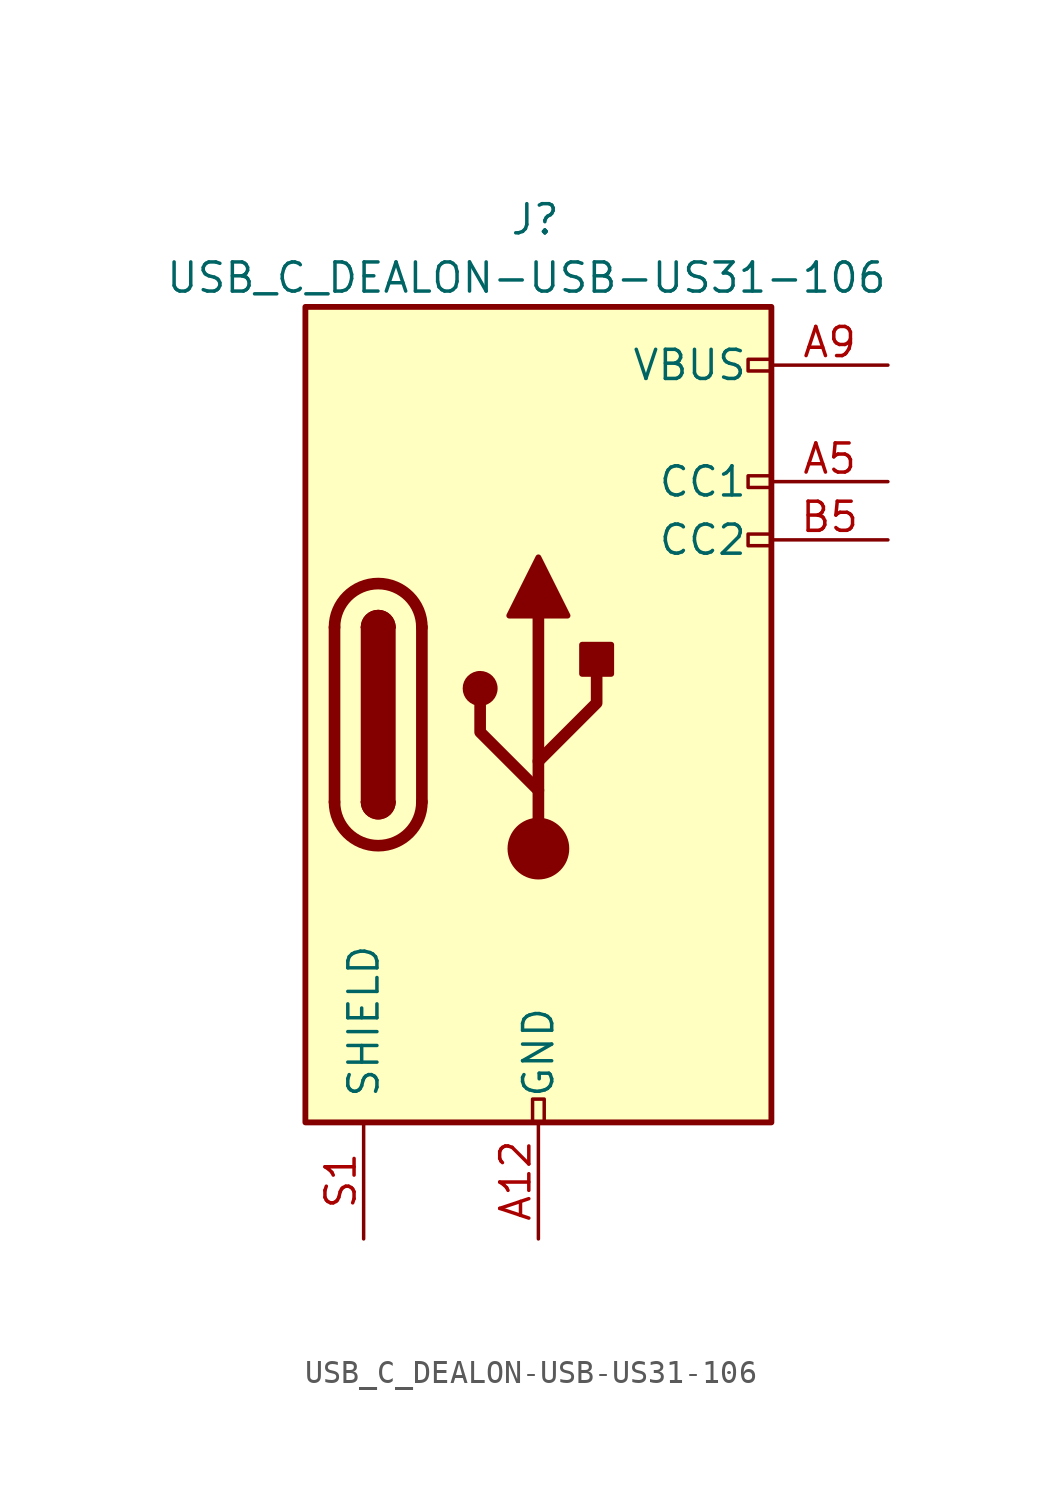
<source format=kicad_sym>
(kicad_symbol_lib
  (version 20220331)
  (generator kicad_symbol_editor)
  (symbol "USB_C_DEALON-USB-US31-106"
    (pin_names
      (offset 1.016))
    (property "Reference" "J"
      (at -1.27 21.59 0)
      (effects (font (size 1.27 1.27)) (justify left)))
    (property "Value" "USB_C_DEALON-USB-US31-106"
      (at 15.24 19.05 0)
      (effects (font (size 1.27 1.27)) (justify right)))
    (symbol "USB_C_DEALON-USB-US31-106_0_0"
      (rectangle (start -0.254 -17.78) (end 0.254 -16.764) (stroke (width 0) (type default)) (fill (type none)))
      (rectangle (start 10.16 7.874) (end 9.144 7.366) (stroke (width 0) (type default)) (fill (type none)))
      (rectangle (start 10.16 10.414) (end 9.144 9.906) (stroke (width 0) (type default)) (fill (type none)))
      (rectangle (start 10.16 15.494) (end 9.144 14.986) (stroke (width 0) (type default)) (fill (type none))))
    (symbol "USB_C_DEALON-USB-US31-106_0_1"
      (rectangle (start -10.16 17.78) (end 10.16 -17.78) (stroke (width 0.254) (type default)) (fill (type background)))
      (arc (start -8.89 -3.81) (mid -6.985 -5.715) (end -5.08 -3.81) (stroke (width 0.508) (type default)) (fill (type none)))
      (arc (start -7.62 -3.81) (mid -6.985 -4.445) (end -6.35 -3.81) (stroke (width 0.254) (type default)) (fill (type none)))
      (arc (start -7.62 -3.81) (mid -6.985 -4.445) (end -6.35 -3.81) (stroke (width 0.254) (type default)) (fill (type outline)))
      (rectangle (start -7.62 -3.81) (end -6.35 3.81) (stroke (width 0.254) (type default)) (fill (type outline)))
      (arc (start -6.35 3.81) (mid -6.985 4.445) (end -7.62 3.81) (stroke (width 0.254) (type default)) (fill (type none)))
      (arc (start -6.35 3.81) (mid -6.985 4.445) (end -7.62 3.81) (stroke (width 0.254) (type default)) (fill (type outline)))
      (arc (start -5.08 3.81) (mid -6.985 5.715) (end -8.89 3.81) (stroke (width 0.508) (type default)) (fill (type none)))
      (circle (center -2.54 1.143) (radius 0.635) (stroke (width 0.254) (type default)) (fill (type outline)))
      (circle (center 0 -5.842) (radius 1.27) (stroke (width 0) (type default)) (fill (type outline)))
      (polyline (pts (xy -8.89 -3.81) (xy -8.89 3.81)) (stroke (width 0.508) (type default)) (fill (type none)))
      (polyline (pts (xy -5.08 3.81) (xy -5.08 -3.81)) (stroke (width 0.508) (type default)) (fill (type none)))
      (polyline (pts (xy 0 -5.842) (xy 0 4.318)) (stroke (width 0.508) (type default)) (fill (type none)))
      (polyline (pts (xy 0 -3.302) (xy -2.54 -0.762) (xy -2.54 0.508)) (stroke (width 0.508) (type default)) (fill (type none)))
      (polyline (pts (xy 0 -2.032) (xy 2.54 0.508) (xy 2.54 1.778)) (stroke (width 0.508) (type default)) (fill (type none)))
      (polyline (pts (xy -1.27 4.318) (xy 0 6.858) (xy 1.27 4.318) (xy -1.27 4.318)) (stroke (width 0.254) (type default)) (fill (type outline)))
      (rectangle (start 1.905 1.778) (end 3.175 3.048) (stroke (width 0.254) (type default)) (fill (type outline))))
    (symbol "USB_C_DEALON-USB-US31-106_1_1"
      (pin passive line (at 0 -22.86 90) (length 5.08) (name "GND" (effects (font (size 1.27 1.27)))) (number "A12" (effects (font (size 1.27 1.27)))))
      (pin bidirectional line (at 15.24 10.16 180) (length 5.08) (name "CC1" (effects (font (size 1.27 1.27)))) (number "A5" (effects (font (size 1.27 1.27)))))
      (pin passive line (at 15.24 15.24 180) (length 5.08) (name "VBUS" (effects (font (size 1.27 1.27)))) (number "A9" (effects (font (size 1.27 1.27)))))
      (pin passive line (at 0 -22.86 90) (length 5.08) hide (name "GND" (effects (font (size 1.27 1.27)))) (number "B12" (effects (font (size 1.27 1.27)))))
      (pin bidirectional line (at 15.24 7.62 180) (length 5.08) (name "CC2" (effects (font (size 1.27 1.27)))) (number "B5" (effects (font (size 1.27 1.27)))))
      (pin passive line (at 15.24 15.24 180) (length 5.08) hide (name "VBUS" (effects (font (size 1.27 1.27)))) (number "B9" (effects (font (size 1.27 1.27)))))
      (pin passive line (at -7.62 -22.86 90) (length 5.08) (name "SHIELD" (effects (font (size 1.27 1.27)))) (number "S1" (effects (font (size 1.27 1.27))))))))
</source>
